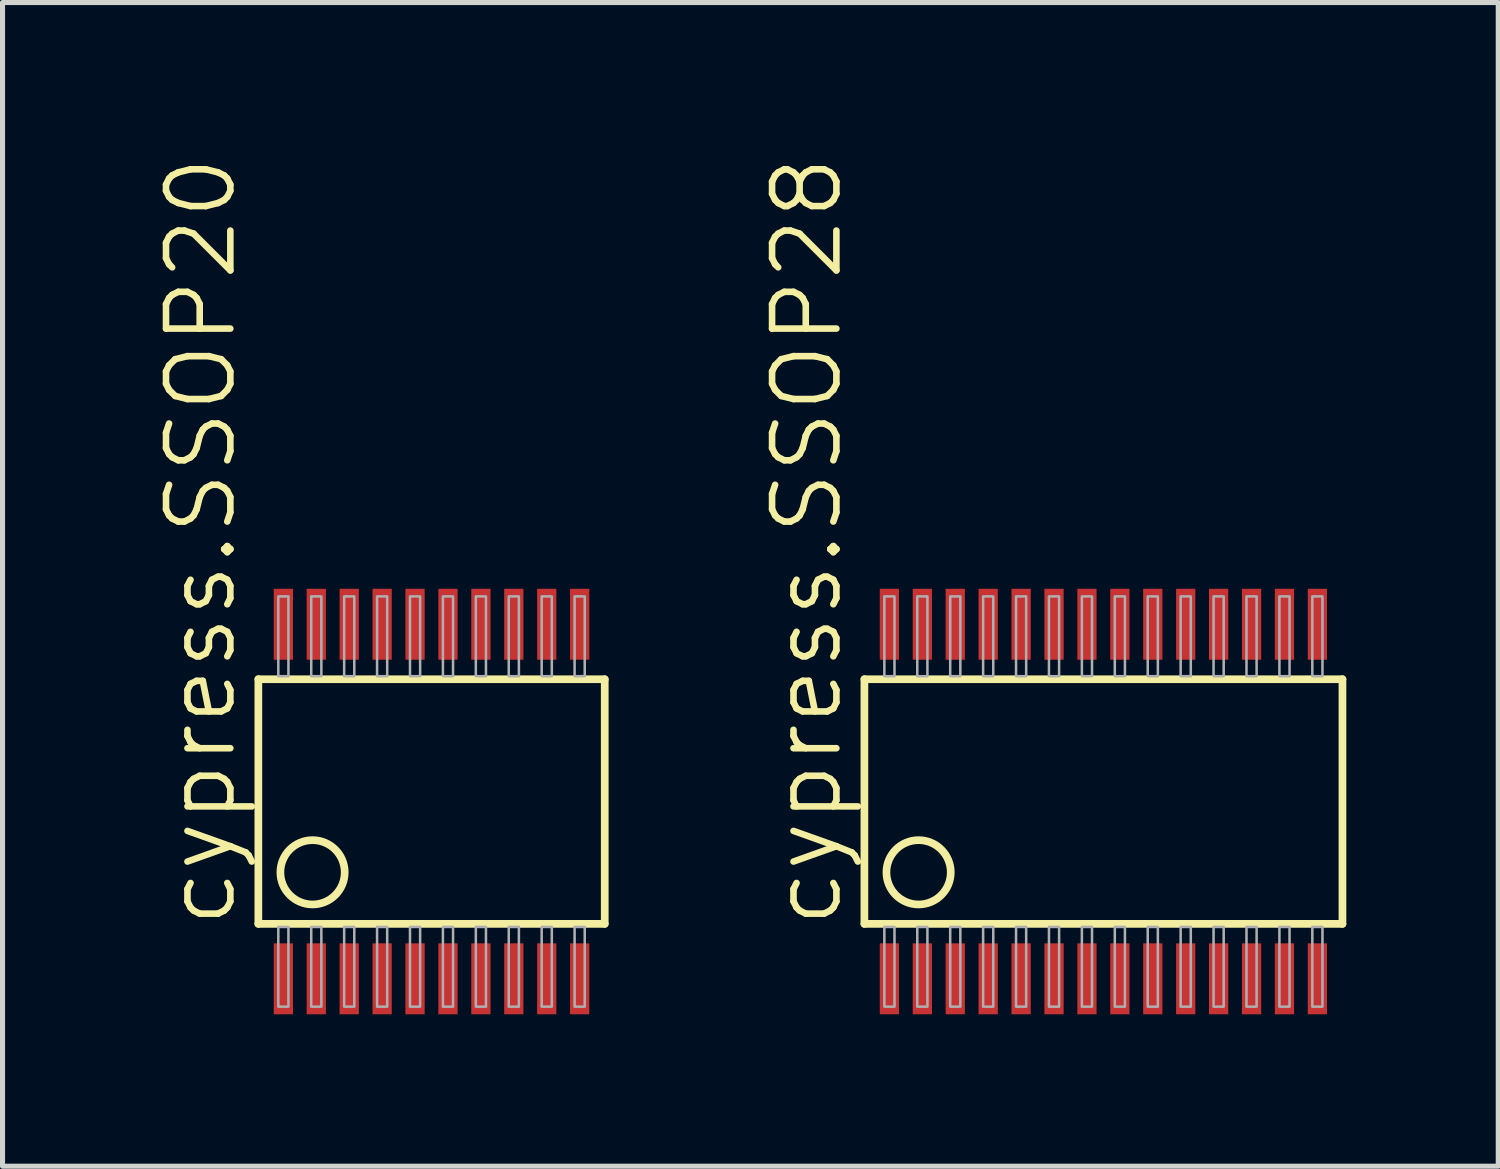
<source format=kicad_pcb>
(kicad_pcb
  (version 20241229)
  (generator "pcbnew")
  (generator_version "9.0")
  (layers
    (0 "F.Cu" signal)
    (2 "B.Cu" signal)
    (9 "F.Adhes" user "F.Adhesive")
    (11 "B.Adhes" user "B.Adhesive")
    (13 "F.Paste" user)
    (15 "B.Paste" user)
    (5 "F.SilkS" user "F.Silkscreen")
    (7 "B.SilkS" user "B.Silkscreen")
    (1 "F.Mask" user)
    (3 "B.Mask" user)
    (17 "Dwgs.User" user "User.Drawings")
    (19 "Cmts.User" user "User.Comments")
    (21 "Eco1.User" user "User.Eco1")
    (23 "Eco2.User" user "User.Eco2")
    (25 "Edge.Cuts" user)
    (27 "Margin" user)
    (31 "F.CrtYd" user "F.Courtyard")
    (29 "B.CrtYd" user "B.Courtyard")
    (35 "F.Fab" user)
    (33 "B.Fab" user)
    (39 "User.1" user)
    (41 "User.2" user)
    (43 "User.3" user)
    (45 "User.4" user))
  (footprint "cypress.SSOP28"
    (layer "F.Cu")
    (at 18.736 12.776)
    (property "Reference" "cypress.SSOP28" (at -5.11 2.54 90) (layer "F.SilkS") (effects (font (size 1.27 1.27) (thickness 0.13)) (justify left bottom)))
    (attr smd)
    (fp_line (start -4.719 2.415) (end -4.719 -2.415) (stroke (width 0.152) (type default)) (layer "F.SilkS"))
    (fp_line (start -4.719 2.415) (end 4.72 2.415) (stroke (width 0.152) (type default)) (layer "F.SilkS"))
    (fp_line (start 4.72 -2.415) (end -4.719 -2.415) (stroke (width 0.152) (type default)) (layer "F.SilkS"))
    (fp_line (start 4.72 -2.415) (end 4.72 2.415) (stroke (width 0.152) (type default)) (layer "F.SilkS"))
    (fp_circle (center -3.649 1.397) (end -3.014 1.397) (stroke (width 0.152) (type default)) (fill no) (layer "F.SilkS"))
    (fp_rect (start -4.325 -2.475) (end -4.125 -4.05) (stroke (width 0.05) (type default)) (fill no) (layer "F.Fab"))
    (fp_rect (start -4.325 4.05) (end -4.125 2.475) (stroke (width 0.05) (type default)) (fill no) (layer "F.Fab"))
    (fp_rect (start -3.675 -2.475) (end -3.475 -4.05) (stroke (width 0.05) (type default)) (fill no) (layer "F.Fab"))
    (fp_rect (start -3.675 4.05) (end -3.475 2.475) (stroke (width 0.05) (type default)) (fill no) (layer "F.Fab"))
    (fp_rect (start -3.025 -2.475) (end -2.825 -4.05) (stroke (width 0.05) (type default)) (fill no) (layer "F.Fab"))
    (fp_rect (start -3.025 4.05) (end -2.825 2.475) (stroke (width 0.05) (type default)) (fill no) (layer "F.Fab"))
    (fp_rect (start -2.375 -2.475) (end -2.175 -4.05) (stroke (width 0.05) (type default)) (fill no) (layer "F.Fab"))
    (fp_rect (start -2.375 4.05) (end -2.175 2.475) (stroke (width 0.05) (type default)) (fill no) (layer "F.Fab"))
    (fp_rect (start -1.725 -2.475) (end -1.525 -4.05) (stroke (width 0.05) (type default)) (fill no) (layer "F.Fab"))
    (fp_rect (start -1.725 4.05) (end -1.525 2.475) (stroke (width 0.05) (type default)) (fill no) (layer "F.Fab"))
    (fp_rect (start -1.075 -2.475) (end -0.875 -4.05) (stroke (width 0.05) (type default)) (fill no) (layer "F.Fab"))
    (fp_rect (start -1.075 4.05) (end -0.875 2.475) (stroke (width 0.05) (type default)) (fill no) (layer "F.Fab"))
    (fp_rect (start -0.425 -2.475) (end -0.225 -4.05) (stroke (width 0.05) (type default)) (fill no) (layer "F.Fab"))
    (fp_rect (start -0.425 4.05) (end -0.225 2.475) (stroke (width 0.05) (type default)) (fill no) (layer "F.Fab"))
    (fp_rect (start 0.225 -2.475) (end 0.425 -4.05) (stroke (width 0.05) (type default)) (fill no) (layer "F.Fab"))
    (fp_rect (start 0.225 4.05) (end 0.425 2.475) (stroke (width 0.05) (type default)) (fill no) (layer "F.Fab"))
    (fp_rect (start 0.875 -2.475) (end 1.075 -4.05) (stroke (width 0.05) (type default)) (fill no) (layer "F.Fab"))
    (fp_rect (start 0.875 4.05) (end 1.075 2.475) (stroke (width 0.05) (type default)) (fill no) (layer "F.Fab"))
    (fp_rect (start 1.525 -2.475) (end 1.725 -4.05) (stroke (width 0.05) (type default)) (fill no) (layer "F.Fab"))
    (fp_rect (start 1.525 4.05) (end 1.725 2.475) (stroke (width 0.05) (type default)) (fill no) (layer "F.Fab"))
    (fp_rect (start 2.175 -2.475) (end 2.375 -4.05) (stroke (width 0.05) (type default)) (fill no) (layer "F.Fab"))
    (fp_rect (start 2.175 4.05) (end 2.375 2.475) (stroke (width 0.05) (type default)) (fill no) (layer "F.Fab"))
    (fp_rect (start 2.825 -2.475) (end 3.025 -4.05) (stroke (width 0.05) (type default)) (fill no) (layer "F.Fab"))
    (fp_rect (start 2.825 4.05) (end 3.025 2.475) (stroke (width 0.05) (type default)) (fill no) (layer "F.Fab"))
    (fp_rect (start 3.475 -2.475) (end 3.675 -4.05) (stroke (width 0.05) (type default)) (fill no) (layer "F.Fab"))
    (fp_rect (start 3.475 4.05) (end 3.675 2.475) (stroke (width 0.05) (type default)) (fill no) (layer "F.Fab"))
    (fp_rect (start 4.125 -2.475) (end 4.325 -4.05) (stroke (width 0.05) (type default)) (fill no) (layer "F.Fab"))
    (fp_rect (start 4.125 4.05) (end 4.325 2.475) (stroke (width 0.05) (type default)) (fill no) (layer "F.Fab"))
    (pad "1" smd roundrect (at -4.225 3.5) (size 0.38 1.4) (layers "F.Cu" "F.Mask" "F.Paste") (roundrect_rratio 0.01))
    (pad "2" smd roundrect (at -3.575 3.5) (size 0.38 1.4) (layers "F.Cu" "F.Mask" "F.Paste") (roundrect_rratio 0.01))
    (pad "3" smd roundrect (at -2.925 3.5) (size 0.38 1.4) (layers "F.Cu" "F.Mask" "F.Paste") (roundrect_rratio 0.01))
    (pad "4" smd roundrect (at -2.275 3.5) (size 0.38 1.4) (layers "F.Cu" "F.Mask" "F.Paste") (roundrect_rratio 0.01))
    (pad "5" smd roundrect (at -1.625 3.5) (size 0.38 1.4) (layers "F.Cu" "F.Mask" "F.Paste") (roundrect_rratio 0.01))
    (pad "6" smd roundrect (at -0.975 3.5) (size 0.38 1.4) (layers "F.Cu" "F.Mask" "F.Paste") (roundrect_rratio 0.01))
    (pad "7" smd roundrect (at -0.325 3.5) (size 0.38 1.4) (layers "F.Cu" "F.Mask" "F.Paste") (roundrect_rratio 0.01))
    (pad "8" smd roundrect (at 0.325 3.5) (size 0.38 1.4) (layers "F.Cu" "F.Mask" "F.Paste") (roundrect_rratio 0.01))
    (pad "9" smd roundrect (at 0.975 3.5) (size 0.38 1.4) (layers "F.Cu" "F.Mask" "F.Paste") (roundrect_rratio 0.01))
    (pad "10" smd roundrect (at 1.625 3.5) (size 0.38 1.4) (layers "F.Cu" "F.Mask" "F.Paste") (roundrect_rratio 0.01))
    (pad "11" smd roundrect (at 2.275 3.5) (size 0.38 1.4) (layers "F.Cu" "F.Mask" "F.Paste") (roundrect_rratio 0.01))
    (pad "12" smd roundrect (at 2.925 3.5) (size 0.38 1.4) (layers "F.Cu" "F.Mask" "F.Paste") (roundrect_rratio 0.01))
    (pad "13" smd roundrect (at 3.575 3.5) (size 0.38 1.4) (layers "F.Cu" "F.Mask" "F.Paste") (roundrect_rratio 0.01))
    (pad "14" smd roundrect (at 4.225 3.5) (size 0.38 1.4) (layers "F.Cu" "F.Mask" "F.Paste") (roundrect_rratio 0.01))
    (pad "15" smd roundrect (at 4.225 -3.5 180) (size 0.38 1.4) (layers "F.Cu" "F.Mask" "F.Paste") (roundrect_rratio 0.01))
    (pad "16" smd roundrect (at 3.575 -3.5 180) (size 0.38 1.4) (layers "F.Cu" "F.Mask" "F.Paste") (roundrect_rratio 0.01))
    (pad "17" smd roundrect (at 2.925 -3.5 180) (size 0.38 1.4) (layers "F.Cu" "F.Mask" "F.Paste") (roundrect_rratio 0.01))
    (pad "18" smd roundrect (at 2.275 -3.5 180) (size 0.38 1.4) (layers "F.Cu" "F.Mask" "F.Paste") (roundrect_rratio 0.01))
    (pad "19" smd roundrect (at 1.625 -3.5 180) (size 0.38 1.4) (layers "F.Cu" "F.Mask" "F.Paste") (roundrect_rratio 0.01))
    (pad "20" smd roundrect (at 0.975 -3.5 180) (size 0.38 1.4) (layers "F.Cu" "F.Mask" "F.Paste") (roundrect_rratio 0.01))
    (pad "21" smd roundrect (at 0.325 -3.5 180) (size 0.38 1.4) (layers "F.Cu" "F.Mask" "F.Paste") (roundrect_rratio 0.01))
    (pad "22" smd roundrect (at -0.325 -3.5 180) (size 0.38 1.4) (layers "F.Cu" "F.Mask" "F.Paste") (roundrect_rratio 0.01))
    (pad "23" smd roundrect (at -0.975 -3.5 180) (size 0.38 1.4) (layers "F.Cu" "F.Mask" "F.Paste") (roundrect_rratio 0.01))
    (pad "24" smd roundrect (at -1.625 -3.5 180) (size 0.38 1.4) (layers "F.Cu" "F.Mask" "F.Paste") (roundrect_rratio 0.01))
    (pad "25" smd roundrect (at -2.275 -3.5 180) (size 0.38 1.4) (layers "F.Cu" "F.Mask" "F.Paste") (roundrect_rratio 0.01))
    (pad "26" smd roundrect (at -2.925 -3.5 180) (size 0.38 1.4) (layers "F.Cu" "F.Mask" "F.Paste") (roundrect_rratio 0.01))
    (pad "27" smd roundrect (at -3.575 -3.5 180) (size 0.38 1.4) (layers "F.Cu" "F.Mask" "F.Paste") (roundrect_rratio 0.01))
    (pad "28" smd roundrect (at -4.225 -3.5 180) (size 0.38 1.4) (layers "F.Cu" "F.Mask" "F.Paste") (roundrect_rratio 0.01)))
  (footprint "cypress.SSOP20"
    (layer "F.Cu")
    (at 5.47 12.776)
    (property "Reference" "cypress.SSOP20" (at -3.81 2.54 90) (layer "F.SilkS") (effects (font (size 1.27 1.27) (thickness 0.13)) (justify left bottom)))
    (attr smd)
    (fp_line (start -3.419 2.415) (end -3.419 -2.415) (stroke (width 0.152) (type default)) (layer "F.SilkS"))
    (fp_line (start -3.419 2.415) (end 3.42 2.415) (stroke (width 0.152) (type default)) (layer "F.SilkS"))
    (fp_line (start 3.42 -2.415) (end -3.419 -2.415) (stroke (width 0.152) (type default)) (layer "F.SilkS"))
    (fp_line (start 3.42 -2.415) (end 3.42 2.415) (stroke (width 0.152) (type default)) (layer "F.SilkS"))
    (fp_circle (center -2.349 1.397) (end -1.714 1.397) (stroke (width 0.152) (type default)) (fill no) (layer "F.SilkS"))
    (fp_rect (start -3.025 -2.475) (end -2.825 -4.05) (stroke (width 0.05) (type default)) (fill no) (layer "F.Fab"))
    (fp_rect (start -3.025 4.05) (end -2.825 2.475) (stroke (width 0.05) (type default)) (fill no) (layer "F.Fab"))
    (fp_rect (start -2.375 -2.475) (end -2.175 -4.05) (stroke (width 0.05) (type default)) (fill no) (layer "F.Fab"))
    (fp_rect (start -2.375 4.05) (end -2.175 2.475) (stroke (width 0.05) (type default)) (fill no) (layer "F.Fab"))
    (fp_rect (start -1.725 -2.475) (end -1.525 -4.05) (stroke (width 0.05) (type default)) (fill no) (layer "F.Fab"))
    (fp_rect (start -1.725 4.05) (end -1.525 2.475) (stroke (width 0.05) (type default)) (fill no) (layer "F.Fab"))
    (fp_rect (start -1.075 -2.475) (end -0.875 -4.05) (stroke (width 0.05) (type default)) (fill no) (layer "F.Fab"))
    (fp_rect (start -1.075 4.05) (end -0.875 2.475) (stroke (width 0.05) (type default)) (fill no) (layer "F.Fab"))
    (fp_rect (start -0.425 -2.475) (end -0.225 -4.05) (stroke (width 0.05) (type default)) (fill no) (layer "F.Fab"))
    (fp_rect (start -0.425 4.05) (end -0.225 2.475) (stroke (width 0.05) (type default)) (fill no) (layer "F.Fab"))
    (fp_rect (start 0.225 -2.475) (end 0.425 -4.05) (stroke (width 0.05) (type default)) (fill no) (layer "F.Fab"))
    (fp_rect (start 0.225 4.05) (end 0.425 2.475) (stroke (width 0.05) (type default)) (fill no) (layer "F.Fab"))
    (fp_rect (start 0.875 -2.475) (end 1.075 -4.05) (stroke (width 0.05) (type default)) (fill no) (layer "F.Fab"))
    (fp_rect (start 0.875 4.05) (end 1.075 2.475) (stroke (width 0.05) (type default)) (fill no) (layer "F.Fab"))
    (fp_rect (start 1.525 -2.475) (end 1.725 -4.05) (stroke (width 0.05) (type default)) (fill no) (layer "F.Fab"))
    (fp_rect (start 1.525 4.05) (end 1.725 2.475) (stroke (width 0.05) (type default)) (fill no) (layer "F.Fab"))
    (fp_rect (start 2.175 -2.475) (end 2.375 -4.05) (stroke (width 0.05) (type default)) (fill no) (layer "F.Fab"))
    (fp_rect (start 2.175 4.05) (end 2.375 2.475) (stroke (width 0.05) (type default)) (fill no) (layer "F.Fab"))
    (fp_rect (start 2.825 -2.475) (end 3.025 -4.05) (stroke (width 0.05) (type default)) (fill no) (layer "F.Fab"))
    (fp_rect (start 2.825 4.05) (end 3.025 2.475) (stroke (width 0.05) (type default)) (fill no) (layer "F.Fab"))
    (pad "1" smd roundrect (at -2.925 3.5) (size 0.38 1.4) (layers "F.Cu" "F.Mask" "F.Paste") (roundrect_rratio 0.01))
    (pad "2" smd roundrect (at -2.275 3.5) (size 0.38 1.4) (layers "F.Cu" "F.Mask" "F.Paste") (roundrect_rratio 0.01))
    (pad "3" smd roundrect (at -1.625 3.5) (size 0.38 1.4) (layers "F.Cu" "F.Mask" "F.Paste") (roundrect_rratio 0.01))
    (pad "4" smd roundrect (at -0.975 3.5) (size 0.38 1.4) (layers "F.Cu" "F.Mask" "F.Paste") (roundrect_rratio 0.01))
    (pad "5" smd roundrect (at -0.325 3.5) (size 0.38 1.4) (layers "F.Cu" "F.Mask" "F.Paste") (roundrect_rratio 0.01))
    (pad "6" smd roundrect (at 0.325 3.5) (size 0.38 1.4) (layers "F.Cu" "F.Mask" "F.Paste") (roundrect_rratio 0.01))
    (pad "7" smd roundrect (at 0.975 3.5) (size 0.38 1.4) (layers "F.Cu" "F.Mask" "F.Paste") (roundrect_rratio 0.01))
    (pad "8" smd roundrect (at 1.625 3.5) (size 0.38 1.4) (layers "F.Cu" "F.Mask" "F.Paste") (roundrect_rratio 0.01))
    (pad "9" smd roundrect (at 2.275 3.5) (size 0.38 1.4) (layers "F.Cu" "F.Mask" "F.Paste") (roundrect_rratio 0.01))
    (pad "10" smd roundrect (at 2.925 3.5) (size 0.38 1.4) (layers "F.Cu" "F.Mask" "F.Paste") (roundrect_rratio 0.01))
    (pad "11" smd roundrect (at 2.925 -3.5 180) (size 0.38 1.4) (layers "F.Cu" "F.Mask" "F.Paste") (roundrect_rratio 0.01))
    (pad "12" smd roundrect (at 2.275 -3.5 180) (size 0.38 1.4) (layers "F.Cu" "F.Mask" "F.Paste") (roundrect_rratio 0.01))
    (pad "13" smd roundrect (at 1.625 -3.5 180) (size 0.38 1.4) (layers "F.Cu" "F.Mask" "F.Paste") (roundrect_rratio 0.01))
    (pad "14" smd roundrect (at 0.975 -3.5 180) (size 0.38 1.4) (layers "F.Cu" "F.Mask" "F.Paste") (roundrect_rratio 0.01))
    (pad "15" smd roundrect (at 0.325 -3.5 180) (size 0.38 1.4) (layers "F.Cu" "F.Mask" "F.Paste") (roundrect_rratio 0.01))
    (pad "16" smd roundrect (at -0.325 -3.5 180) (size 0.38 1.4) (layers "F.Cu" "F.Mask" "F.Paste") (roundrect_rratio 0.01))
    (pad "17" smd roundrect (at -0.975 -3.5 180) (size 0.38 1.4) (layers "F.Cu" "F.Mask" "F.Paste") (roundrect_rratio 0.01))
    (pad "18" smd roundrect (at -1.625 -3.5 180) (size 0.38 1.4) (layers "F.Cu" "F.Mask" "F.Paste") (roundrect_rratio 0.01))
    (pad "19" smd roundrect (at -2.275 -3.5 180) (size 0.38 1.4) (layers "F.Cu" "F.Mask" "F.Paste") (roundrect_rratio 0.01))
    (pad "20" smd roundrect (at -2.925 -3.5 180) (size 0.38 1.4) (layers "F.Cu" "F.Mask" "F.Paste") (roundrect_rratio 0.01)))
  (gr_rect
    (start -3 -3)
    (end 26.532 19.976)
    (stroke (width 0.1) (type default))
    (fill no)
    (layer "Edge.Cuts")))
</source>
